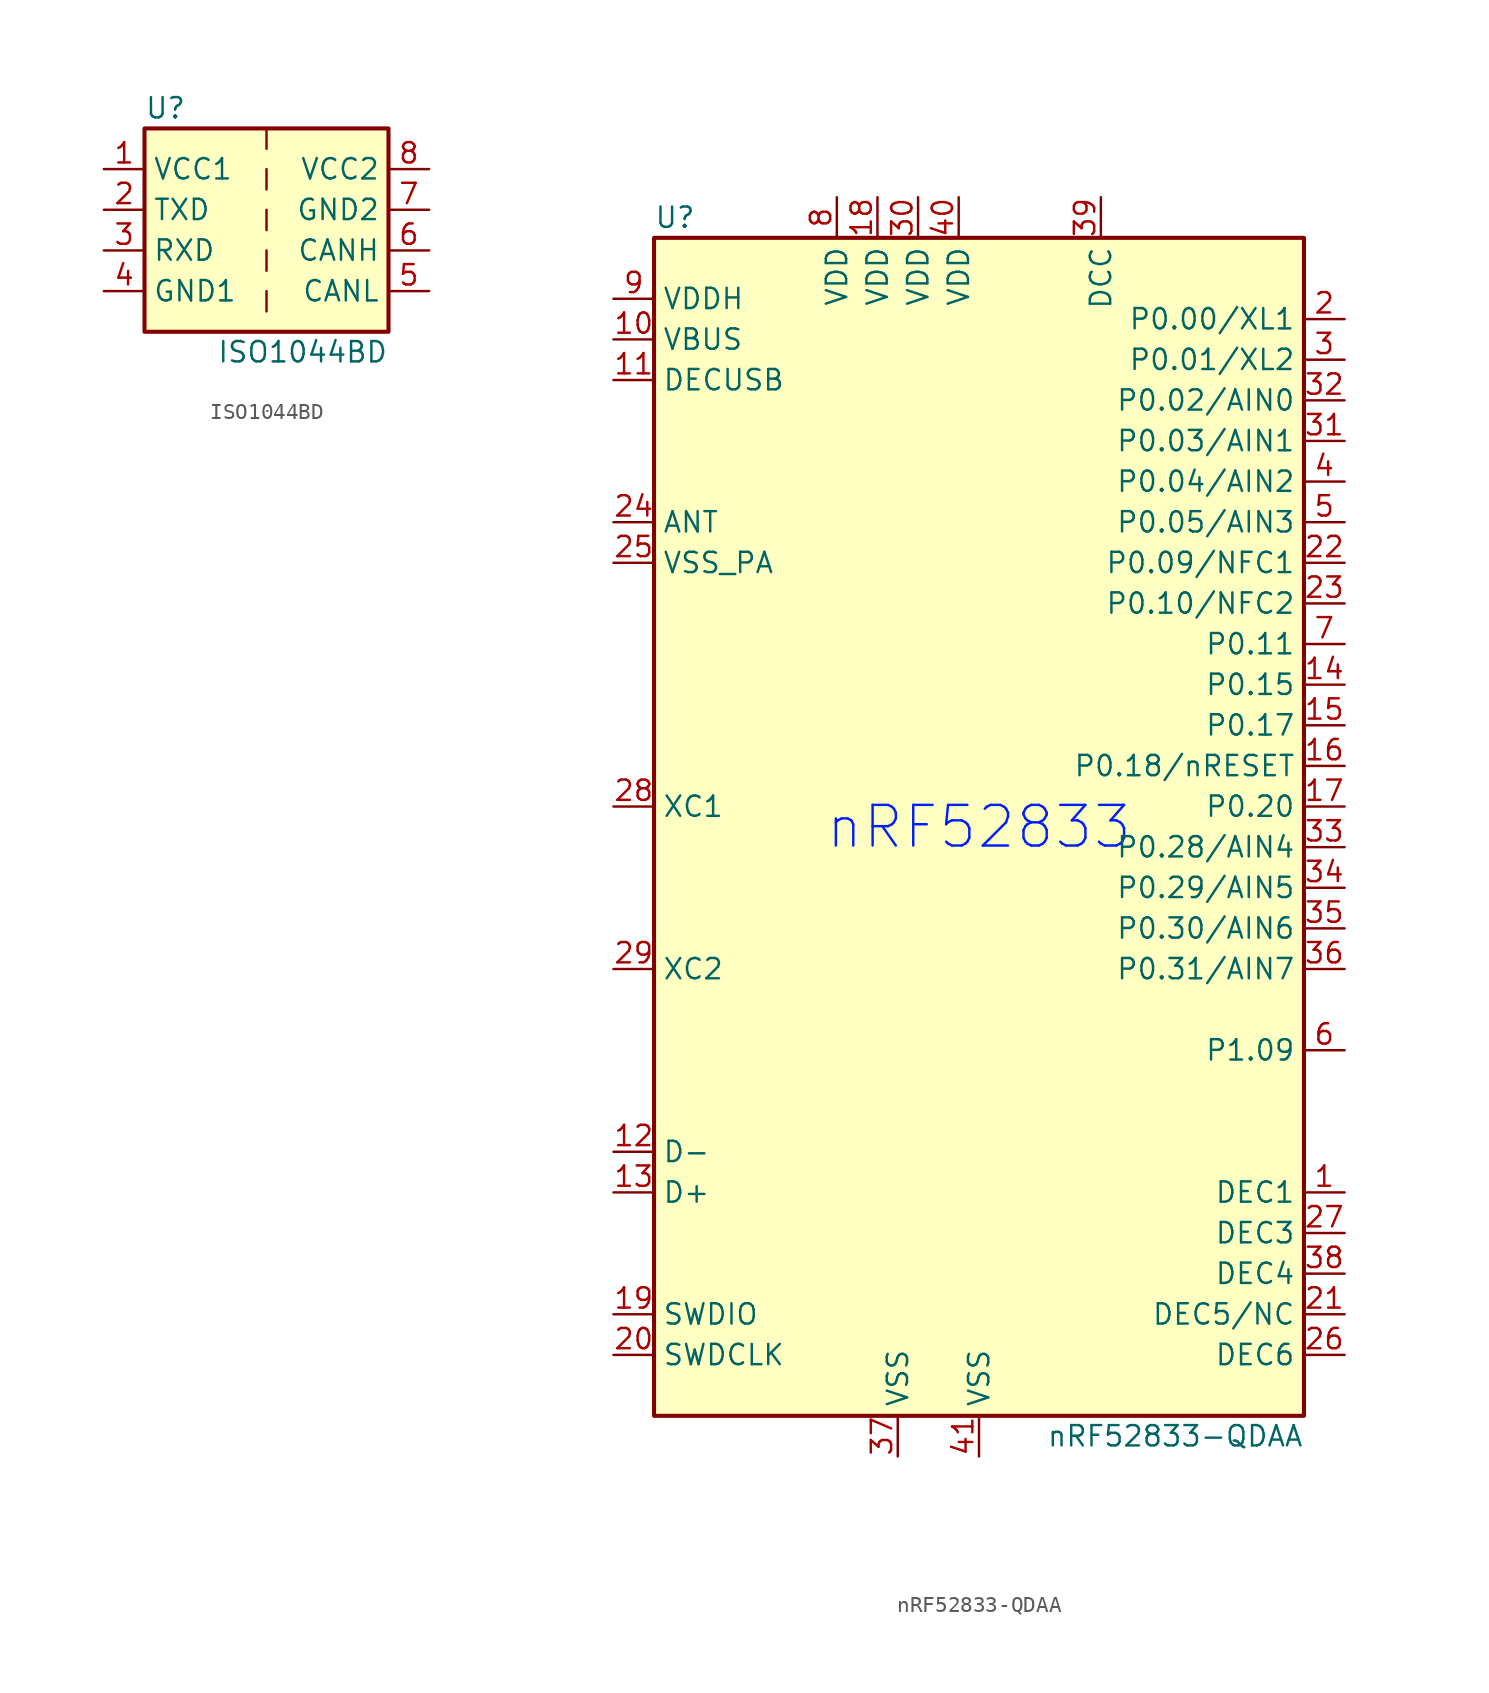
<source format=kicad_sym>
(kicad_symbol_lib
  (version 20220914)
  (generator kicad_symbol_editor)
  (symbol "ISO1044BD"
    (property "Reference" "U"
      (at -7.62 7.62 0)
      (effects (font (size 1.27 1.27)) (justify left)))
    (property "Value" "ISO1044BD"
      (at 7.62 -7.62 0)
      (effects (font (size 1.27 1.27)) (justify right)))
    (symbol "ISO1044BD_0_1"
      (rectangle (start -7.62 6.35) (end 7.62 -6.35) (stroke (width 0.254) (type default)) (fill (type background)))
      (polyline (pts (xy 0 -3.81) (xy 0 -5.08)) (stroke (width 0) (type default)) (fill (type none)))
      (polyline (pts (xy 0 -1.27) (xy 0 -2.54)) (stroke (width 0) (type default)) (fill (type none)))
      (polyline (pts (xy 0 1.27) (xy 0 0)) (stroke (width 0) (type default)) (fill (type none)))
      (polyline (pts (xy 0 3.81) (xy 0 2.54)) (stroke (width 0) (type default)) (fill (type none)))
      (polyline (pts (xy 0 6.35) (xy 0 5.08)) (stroke (width 0) (type default)) (fill (type none))))
    (symbol "ISO1044BD_1_1"
      (pin power_in line (at -10.16 3.81 0) (length 2.54) (name "VCC1" (effects (font (size 1.27 1.27)))) (number "1" (effects (font (size 1.27 1.27)))))
      (pin input line (at -10.16 1.27 0) (length 2.54) (name "TXD" (effects (font (size 1.27 1.27)))) (number "2" (effects (font (size 1.27 1.27)))))
      (pin output line (at -10.16 -1.27 0) (length 2.54) (name "RXD" (effects (font (size 1.27 1.27)))) (number "3" (effects (font (size 1.27 1.27)))))
      (pin power_in line (at -10.16 -3.81 0) (length 2.54) (name "GND1" (effects (font (size 1.27 1.27)))) (number "4" (effects (font (size 1.27 1.27)))))
      (pin bidirectional line (at 10.16 -3.81 180) (length 2.54) (name "CANL" (effects (font (size 1.27 1.27)))) (number "5" (effects (font (size 1.27 1.27)))))
      (pin bidirectional line (at 10.16 -1.27 180) (length 2.54) (name "CANH" (effects (font (size 1.27 1.27)))) (number "6" (effects (font (size 1.27 1.27)))))
      (pin power_in line (at 10.16 1.27 180) (length 2.54) (name "GND2" (effects (font (size 1.27 1.27)))) (number "7" (effects (font (size 1.27 1.27)))))
      (pin power_in line (at 10.16 3.81 180) (length 2.54) (name "VCC2" (effects (font (size 1.27 1.27)))) (number "8" (effects (font (size 1.27 1.27)))))))
  (symbol "nRF52833-QDAA"
    (property "Reference" "U"
      (at -20.32 38.1 0)
      (effects (font (size 1.27 1.27)) (justify left)))
    (property "Value" "nRF52833-QDAA"
      (at 20.32 -38.1 0)
      (effects (font (size 1.27 1.27)) (justify right)))
    (symbol "nRF52833-QDAA_0_1"
      (rectangle (start -20.32 36.83) (end 20.32 -36.83) (stroke (width 0.254) (type default)) (fill (type background)))
      (text "nRF52833" (at 0 0 0) (effects (font (size 2.54 2.54) (color 0 30 255 1)))))
    (symbol "nRF52833-QDAA_1_1"
      (pin passive line (at 22.86 -22.86 180) (length 2.54) (name "DEC1" (effects (font (size 1.27 1.27)))) (number "1" (effects (font (size 1.27 1.27)))))
      (pin power_in line (at -22.86 30.48 0) (length 2.54) (name "VBUS" (effects (font (size 1.27 1.27)))) (number "10" (effects (font (size 1.27 1.27)))))
      (pin power_in line (at -22.86 27.94 0) (length 2.54) (name "DECUSB" (effects (font (size 1.27 1.27)))) (number "11" (effects (font (size 1.27 1.27)))))
      (pin bidirectional line (at -22.86 -20.32 0) (length 2.54) (name "D-" (effects (font (size 1.27 1.27)))) (number "12" (effects (font (size 1.27 1.27)))))
      (pin bidirectional line (at -22.86 -22.86 0) (length 2.54) (name "D+" (effects (font (size 1.27 1.27)))) (number "13" (effects (font (size 1.27 1.27)))))
      (pin bidirectional line (at 22.86 8.89 180) (length 2.54) (name "P0.15" (effects (font (size 1.27 1.27)))) (number "14" (effects (font (size 1.27 1.27)))))
      (pin bidirectional line (at 22.86 6.35 180) (length 2.54) (name "P0.17" (effects (font (size 1.27 1.27)))) (number "15" (effects (font (size 1.27 1.27)))))
      (pin bidirectional line (at 22.86 3.81 180) (length 2.54) (name "P0.18/nRESET" (effects (font (size 1.27 1.27)))) (number "16" (effects (font (size 1.27 1.27)))))
      (pin bidirectional line (at 22.86 1.27 180) (length 2.54) (name "P0.20" (effects (font (size 1.27 1.27)))) (number "17" (effects (font (size 1.27 1.27)))))
      (pin power_in line (at -6.35 39.37 270) (length 2.54) (name "VDD" (effects (font (size 1.27 1.27)))) (number "18" (effects (font (size 1.27 1.27)))))
      (pin bidirectional line (at -22.86 -30.48 0) (length 2.54) (name "SWDIO" (effects (font (size 1.27 1.27)))) (number "19" (effects (font (size 1.27 1.27)))))
      (pin bidirectional line (at 22.86 31.75 180) (length 2.54) (name "P0.00/XL1" (effects (font (size 1.27 1.27)))) (number "2" (effects (font (size 1.27 1.27)))))
      (pin bidirectional line (at -22.86 -33.02 0) (length 2.54) (name "SWDCLK" (effects (font (size 1.27 1.27)))) (number "20" (effects (font (size 1.27 1.27)))))
      (pin power_in line (at 22.86 -30.48 180) (length 2.54) (name "DEC5/NC" (effects (font (size 1.27 1.27)))) (number "21" (effects (font (size 1.27 1.27)))))
      (pin bidirectional line (at 22.86 16.51 180) (length 2.54) (name "P0.09/NFC1" (effects (font (size 1.27 1.27)))) (number "22" (effects (font (size 1.27 1.27)))))
      (pin bidirectional line (at 22.86 13.97 180) (length 2.54) (name "P0.10/NFC2" (effects (font (size 1.27 1.27)))) (number "23" (effects (font (size 1.27 1.27)))))
      (pin passive line (at -22.86 19.05 0) (length 2.54) (name "ANT" (effects (font (size 1.27 1.27)))) (number "24" (effects (font (size 1.27 1.27)))))
      (pin power_in line (at -22.86 16.51 0) (length 2.54) (name "VSS_PA" (effects (font (size 1.27 1.27)))) (number "25" (effects (font (size 1.27 1.27)))))
      (pin passive line (at 22.86 -33.02 180) (length 2.54) (name "DEC6" (effects (font (size 1.27 1.27)))) (number "26" (effects (font (size 1.27 1.27)))))
      (pin passive line (at 22.86 -25.4 180) (length 2.54) (name "DEC3" (effects (font (size 1.27 1.27)))) (number "27" (effects (font (size 1.27 1.27)))))
      (pin input line (at -22.86 1.27 0) (length 2.54) (name "XC1" (effects (font (size 1.27 1.27)))) (number "28" (effects (font (size 1.27 1.27)))))
      (pin input line (at -22.86 -8.89 0) (length 2.54) (name "XC2" (effects (font (size 1.27 1.27)))) (number "29" (effects (font (size 1.27 1.27)))))
      (pin bidirectional line (at 22.86 29.21 180) (length 2.54) (name "P0.01/XL2" (effects (font (size 1.27 1.27)))) (number "3" (effects (font (size 1.27 1.27)))))
      (pin power_in line (at -3.81 39.37 270) (length 2.54) (name "VDD" (effects (font (size 1.27 1.27)))) (number "30" (effects (font (size 1.27 1.27)))))
      (pin bidirectional line (at 22.86 24.13 180) (length 2.54) (name "P0.03/AIN1" (effects (font (size 1.27 1.27)))) (number "31" (effects (font (size 1.27 1.27)))))
      (pin bidirectional line (at 22.86 26.67 180) (length 2.54) (name "P0.02/AIN0" (effects (font (size 1.27 1.27)))) (number "32" (effects (font (size 1.27 1.27)))))
      (pin bidirectional line (at 22.86 -1.27 180) (length 2.54) (name "P0.28/AIN4" (effects (font (size 1.27 1.27)))) (number "33" (effects (font (size 1.27 1.27)))))
      (pin bidirectional line (at 22.86 -3.81 180) (length 2.54) (name "P0.29/AIN5" (effects (font (size 1.27 1.27)))) (number "34" (effects (font (size 1.27 1.27)))))
      (pin bidirectional line (at 22.86 -6.35 180) (length 2.54) (name "P0.30/AIN6" (effects (font (size 1.27 1.27)))) (number "35" (effects (font (size 1.27 1.27)))))
      (pin bidirectional line (at 22.86 -8.89 180) (length 2.54) (name "P0.31/AIN7" (effects (font (size 1.27 1.27)))) (number "36" (effects (font (size 1.27 1.27)))))
      (pin power_in line (at -5.08 -39.37 90) (length 2.54) (name "VSS" (effects (font (size 1.27 1.27)))) (number "37" (effects (font (size 1.27 1.27)))))
      (pin passive line (at 22.86 -27.94 180) (length 2.54) (name "DEC4" (effects (font (size 1.27 1.27)))) (number "38" (effects (font (size 1.27 1.27)))))
      (pin power_out line (at 7.62 39.37 270) (length 2.54) (name "DCC" (effects (font (size 1.27 1.27)))) (number "39" (effects (font (size 1.27 1.27)))))
      (pin bidirectional line (at 22.86 21.59 180) (length 2.54) (name "P0.04/AIN2" (effects (font (size 1.27 1.27)))) (number "4" (effects (font (size 1.27 1.27)))))
      (pin power_in line (at -1.27 39.37 270) (length 2.54) (name "VDD" (effects (font (size 1.27 1.27)))) (number "40" (effects (font (size 1.27 1.27)))))
      (pin passive line (at 0 -39.37 90) (length 2.54) (name "VSS" (effects (font (size 1.27 1.27)))) (number "41" (effects (font (size 1.27 1.27)))))
      (pin bidirectional line (at 22.86 19.05 180) (length 2.54) (name "P0.05/AIN3" (effects (font (size 1.27 1.27)))) (number "5" (effects (font (size 1.27 1.27)))))
      (pin bidirectional line (at 22.86 -13.97 180) (length 2.54) (name "P1.09" (effects (font (size 1.27 1.27)))) (number "6" (effects (font (size 1.27 1.27)))))
      (pin bidirectional line (at 22.86 11.43 180) (length 2.54) (name "P0.11" (effects (font (size 1.27 1.27)))) (number "7" (effects (font (size 1.27 1.27)))))
      (pin power_in line (at -8.89 39.37 270) (length 2.54) (name "VDD" (effects (font (size 1.27 1.27)))) (number "8" (effects (font (size 1.27 1.27)))))
      (pin power_in line (at -22.86 33.02 0) (length 2.54) (name "VDDH" (effects (font (size 1.27 1.27)))) (number "9" (effects (font (size 1.27 1.27))))))))
</source>
